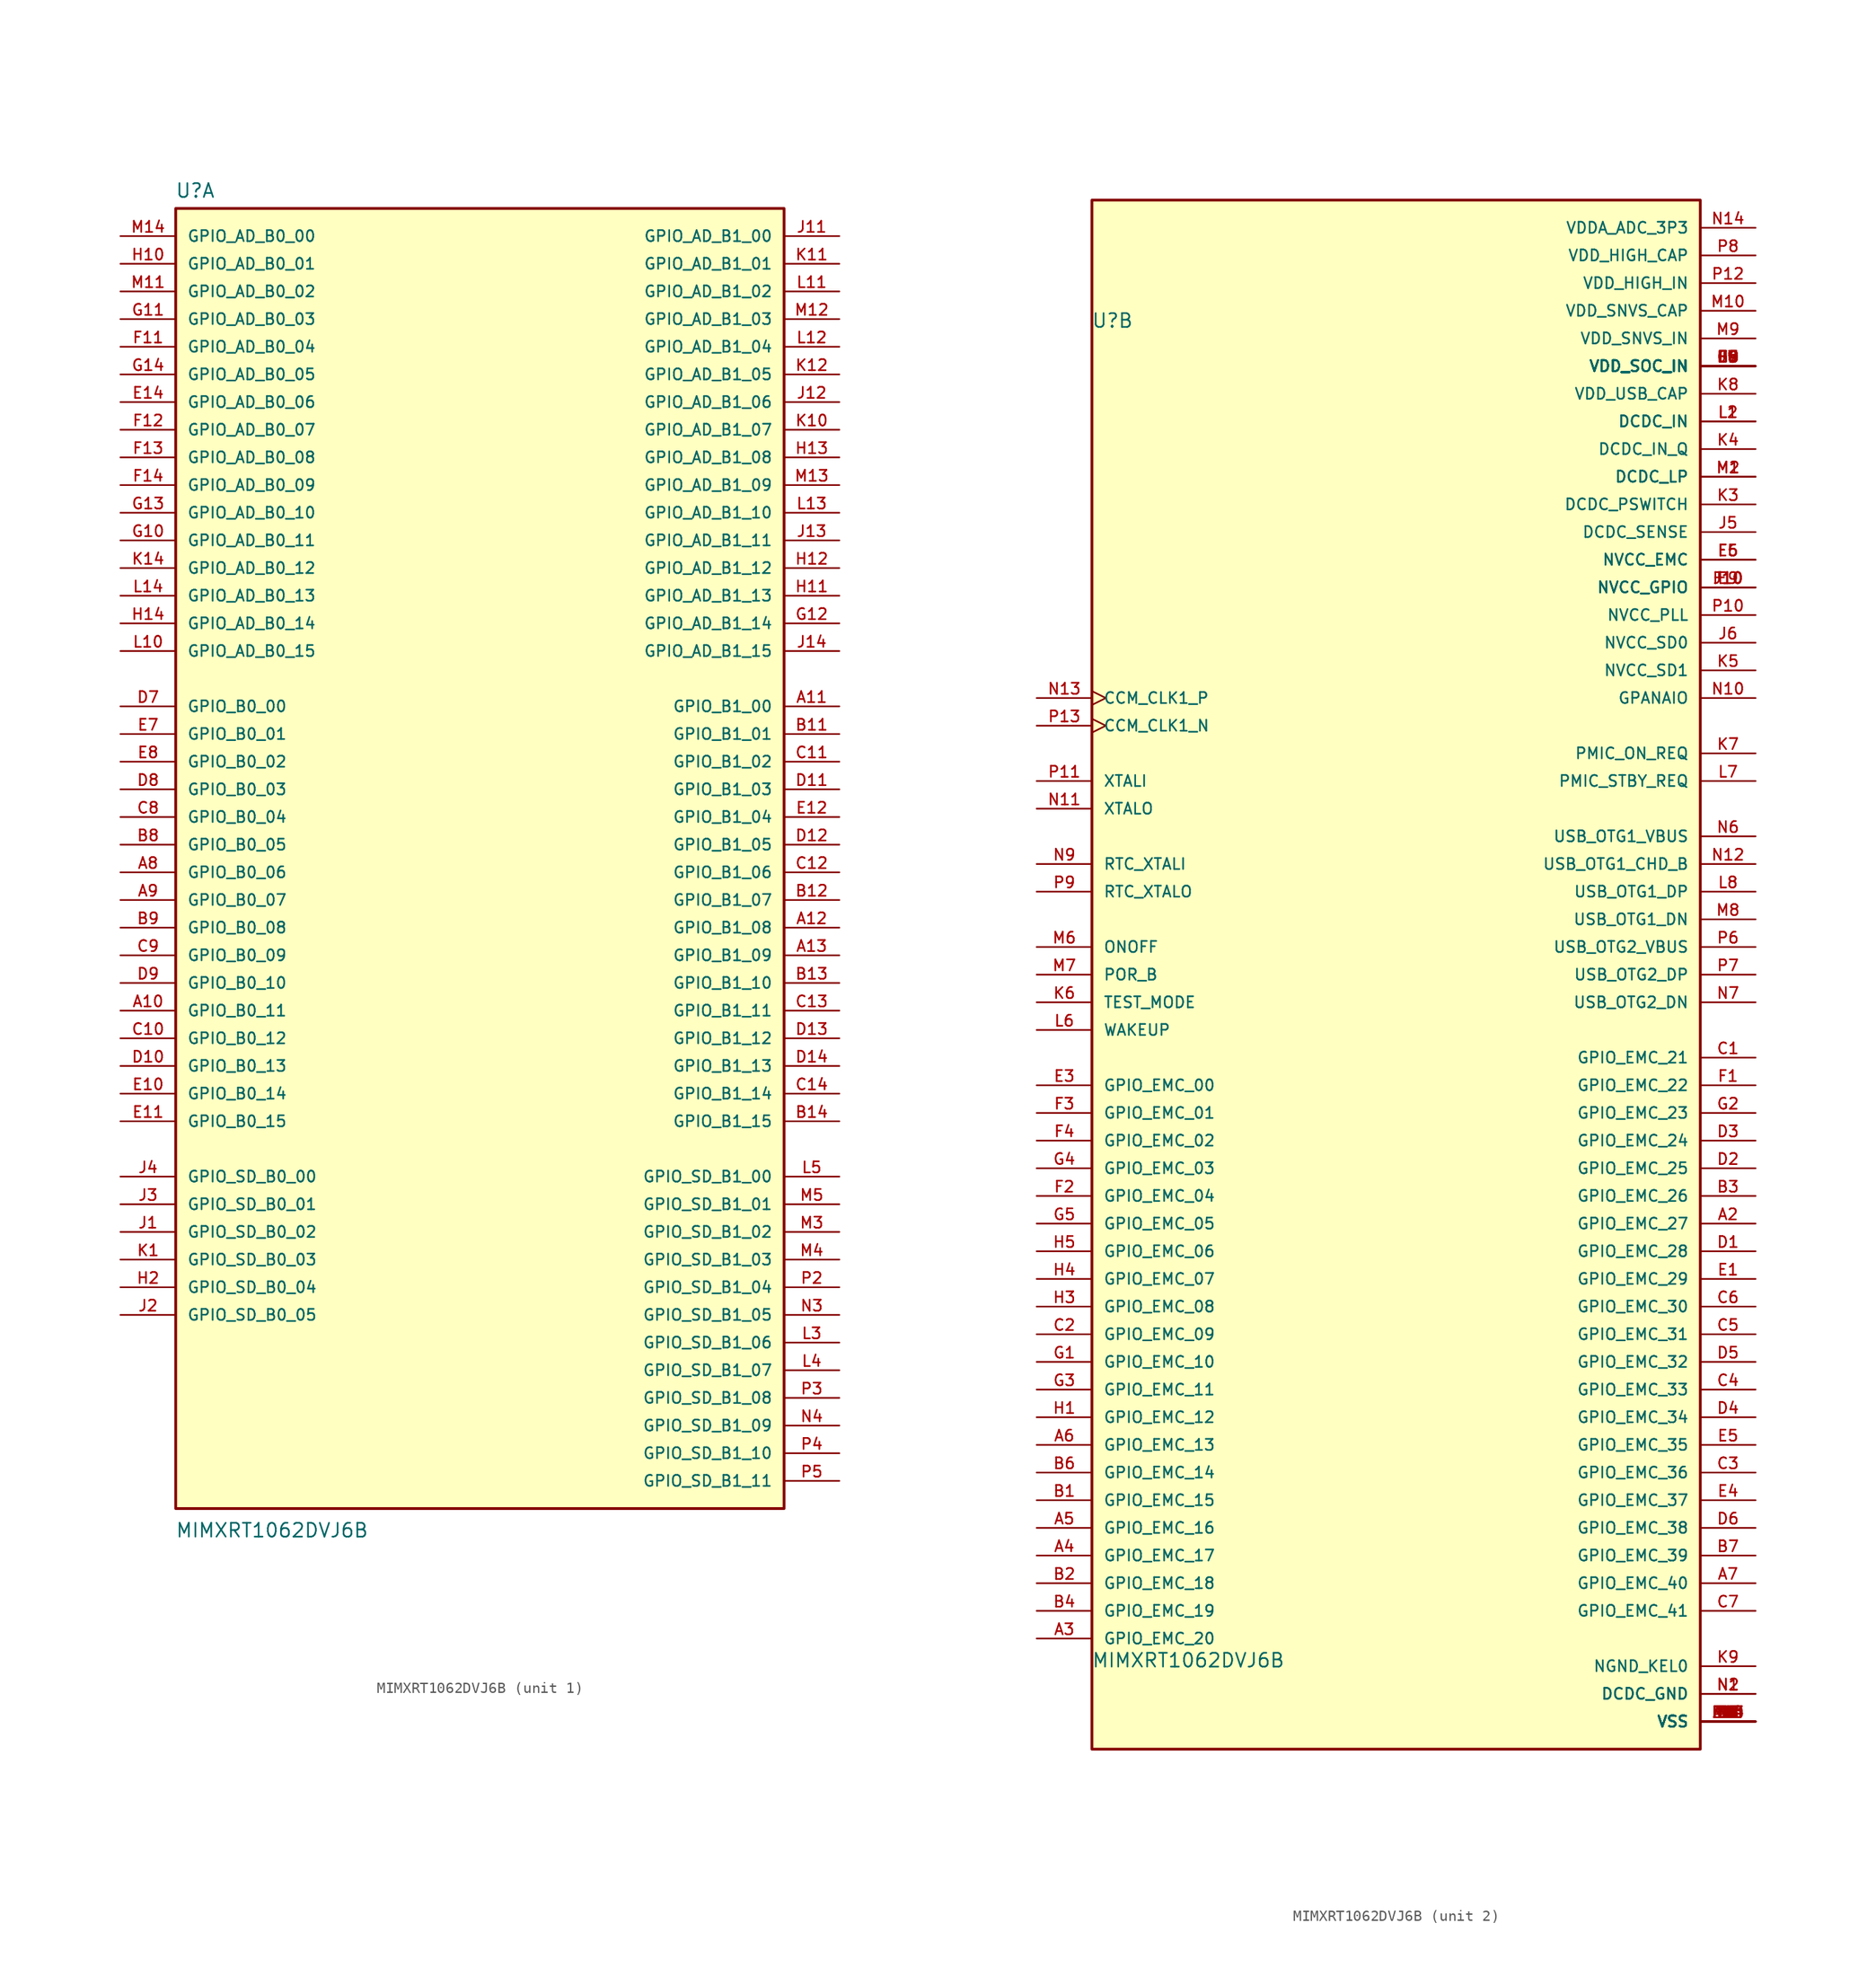
<source format=kicad_sym>
(kicad_symbol_lib
  (version 20241209)
  (generator "kicad_symbol_editor")
  (generator_version "9.0")
  (symbol "MIMXRT1062DVJ6B"
    (pin_names
      (offset 1.016))
    (property "Reference" "U"
      (at -28.001 59.312 0)
      (effects (font (size 1.27 1.27)) (justify left bottom)))
    (property "Value" "MIMXRT1062DVJ6B"
      (at -27.986 -63.702 0)
      (effects (font (size 1.27 1.27)) (justify left bottom)))
    (symbol "MIMXRT1062DVJ6B_1_0"
      (rectangle (start -27.94 -60.96) (end 27.94 58.42) (stroke (width 0.254) (type default)) (fill (type background)))
      (pin bidirectional line (at -33.02 55.88 0) (length 5.08) (name "GPIO_AD_B0_00" (effects (font (size 1.016 1.016)))) (number "M14" (effects (font (size 1.016 1.016)))))
      (pin bidirectional line (at -33.02 53.34 0) (length 5.08) (name "GPIO_AD_B0_01" (effects (font (size 1.016 1.016)))) (number "H10" (effects (font (size 1.016 1.016)))))
      (pin bidirectional line (at -33.02 50.8 0) (length 5.08) (name "GPIO_AD_B0_02" (effects (font (size 1.016 1.016)))) (number "M11" (effects (font (size 1.016 1.016)))))
      (pin bidirectional line (at -33.02 48.26 0) (length 5.08) (name "GPIO_AD_B0_03" (effects (font (size 1.016 1.016)))) (number "G11" (effects (font (size 1.016 1.016)))))
      (pin bidirectional line (at -33.02 45.72 0) (length 5.08) (name "GPIO_AD_B0_04" (effects (font (size 1.016 1.016)))) (number "F11" (effects (font (size 1.016 1.016)))))
      (pin bidirectional line (at -33.02 43.18 0) (length 5.08) (name "GPIO_AD_B0_05" (effects (font (size 1.016 1.016)))) (number "G14" (effects (font (size 1.016 1.016)))))
      (pin bidirectional line (at -33.02 40.64 0) (length 5.08) (name "GPIO_AD_B0_06" (effects (font (size 1.016 1.016)))) (number "E14" (effects (font (size 1.016 1.016)))))
      (pin bidirectional line (at -33.02 38.1 0) (length 5.08) (name "GPIO_AD_B0_07" (effects (font (size 1.016 1.016)))) (number "F12" (effects (font (size 1.016 1.016)))))
      (pin bidirectional line (at -33.02 35.56 0) (length 5.08) (name "GPIO_AD_B0_08" (effects (font (size 1.016 1.016)))) (number "F13" (effects (font (size 1.016 1.016)))))
      (pin bidirectional line (at -33.02 33.02 0) (length 5.08) (name "GPIO_AD_B0_09" (effects (font (size 1.016 1.016)))) (number "F14" (effects (font (size 1.016 1.016)))))
      (pin bidirectional line (at -33.02 30.48 0) (length 5.08) (name "GPIO_AD_B0_10" (effects (font (size 1.016 1.016)))) (number "G13" (effects (font (size 1.016 1.016)))))
      (pin bidirectional line (at -33.02 27.94 0) (length 5.08) (name "GPIO_AD_B0_11" (effects (font (size 1.016 1.016)))) (number "G10" (effects (font (size 1.016 1.016)))))
      (pin bidirectional line (at -33.02 25.4 0) (length 5.08) (name "GPIO_AD_B0_12" (effects (font (size 1.016 1.016)))) (number "K14" (effects (font (size 1.016 1.016)))))
      (pin bidirectional line (at -33.02 22.86 0) (length 5.08) (name "GPIO_AD_B0_13" (effects (font (size 1.016 1.016)))) (number "L14" (effects (font (size 1.016 1.016)))))
      (pin bidirectional line (at -33.02 20.32 0) (length 5.08) (name "GPIO_AD_B0_14" (effects (font (size 1.016 1.016)))) (number "H14" (effects (font (size 1.016 1.016)))))
      (pin bidirectional line (at -33.02 17.78 0) (length 5.08) (name "GPIO_AD_B0_15" (effects (font (size 1.016 1.016)))) (number "L10" (effects (font (size 1.016 1.016)))))
      (pin bidirectional line (at -33.02 12.7 0) (length 5.08) (name "GPIO_B0_00" (effects (font (size 1.016 1.016)))) (number "D7" (effects (font (size 1.016 1.016)))))
      (pin bidirectional line (at -33.02 10.16 0) (length 5.08) (name "GPIO_B0_01" (effects (font (size 1.016 1.016)))) (number "E7" (effects (font (size 1.016 1.016)))))
      (pin bidirectional line (at -33.02 7.62 0) (length 5.08) (name "GPIO_B0_02" (effects (font (size 1.016 1.016)))) (number "E8" (effects (font (size 1.016 1.016)))))
      (pin bidirectional line (at -33.02 5.08 0) (length 5.08) (name "GPIO_B0_03" (effects (font (size 1.016 1.016)))) (number "D8" (effects (font (size 1.016 1.016)))))
      (pin bidirectional line (at -33.02 2.54 0) (length 5.08) (name "GPIO_B0_04" (effects (font (size 1.016 1.016)))) (number "C8" (effects (font (size 1.016 1.016)))))
      (pin bidirectional line (at -33.02 0 0) (length 5.08) (name "GPIO_B0_05" (effects (font (size 1.016 1.016)))) (number "B8" (effects (font (size 1.016 1.016)))))
      (pin bidirectional line (at -33.02 -2.54 0) (length 5.08) (name "GPIO_B0_06" (effects (font (size 1.016 1.016)))) (number "A8" (effects (font (size 1.016 1.016)))))
      (pin bidirectional line (at -33.02 -5.08 0) (length 5.08) (name "GPIO_B0_07" (effects (font (size 1.016 1.016)))) (number "A9" (effects (font (size 1.016 1.016)))))
      (pin bidirectional line (at -33.02 -7.62 0) (length 5.08) (name "GPIO_B0_08" (effects (font (size 1.016 1.016)))) (number "B9" (effects (font (size 1.016 1.016)))))
      (pin bidirectional line (at -33.02 -10.16 0) (length 5.08) (name "GPIO_B0_09" (effects (font (size 1.016 1.016)))) (number "C9" (effects (font (size 1.016 1.016)))))
      (pin bidirectional line (at -33.02 -12.7 0) (length 5.08) (name "GPIO_B0_10" (effects (font (size 1.016 1.016)))) (number "D9" (effects (font (size 1.016 1.016)))))
      (pin bidirectional line (at -33.02 -15.24 0) (length 5.08) (name "GPIO_B0_11" (effects (font (size 1.016 1.016)))) (number "A10" (effects (font (size 1.016 1.016)))))
      (pin bidirectional line (at -33.02 -17.78 0) (length 5.08) (name "GPIO_B0_12" (effects (font (size 1.016 1.016)))) (number "C10" (effects (font (size 1.016 1.016)))))
      (pin bidirectional line (at -33.02 -20.32 0) (length 5.08) (name "GPIO_B0_13" (effects (font (size 1.016 1.016)))) (number "D10" (effects (font (size 1.016 1.016)))))
      (pin bidirectional line (at -33.02 -22.86 0) (length 5.08) (name "GPIO_B0_14" (effects (font (size 1.016 1.016)))) (number "E10" (effects (font (size 1.016 1.016)))))
      (pin bidirectional line (at -33.02 -25.4 0) (length 5.08) (name "GPIO_B0_15" (effects (font (size 1.016 1.016)))) (number "E11" (effects (font (size 1.016 1.016)))))
      (pin bidirectional line (at -33.02 -30.48 0) (length 5.08) (name "GPIO_SD_B0_00" (effects (font (size 1.016 1.016)))) (number "J4" (effects (font (size 1.016 1.016)))))
      (pin bidirectional line (at -33.02 -33.02 0) (length 5.08) (name "GPIO_SD_B0_01" (effects (font (size 1.016 1.016)))) (number "J3" (effects (font (size 1.016 1.016)))))
      (pin bidirectional line (at -33.02 -35.56 0) (length 5.08) (name "GPIO_SD_B0_02" (effects (font (size 1.016 1.016)))) (number "J1" (effects (font (size 1.016 1.016)))))
      (pin bidirectional line (at -33.02 -38.1 0) (length 5.08) (name "GPIO_SD_B0_03" (effects (font (size 1.016 1.016)))) (number "K1" (effects (font (size 1.016 1.016)))))
      (pin bidirectional line (at -33.02 -40.64 0) (length 5.08) (name "GPIO_SD_B0_04" (effects (font (size 1.016 1.016)))) (number "H2" (effects (font (size 1.016 1.016)))))
      (pin bidirectional line (at -33.02 -43.18 0) (length 5.08) (name "GPIO_SD_B0_05" (effects (font (size 1.016 1.016)))) (number "J2" (effects (font (size 1.016 1.016)))))
      (pin bidirectional line (at 33.02 55.88 180) (length 5.08) (name "GPIO_AD_B1_00" (effects (font (size 1.016 1.016)))) (number "J11" (effects (font (size 1.016 1.016)))))
      (pin bidirectional line (at 33.02 53.34 180) (length 5.08) (name "GPIO_AD_B1_01" (effects (font (size 1.016 1.016)))) (number "K11" (effects (font (size 1.016 1.016)))))
      (pin bidirectional line (at 33.02 50.8 180) (length 5.08) (name "GPIO_AD_B1_02" (effects (font (size 1.016 1.016)))) (number "L11" (effects (font (size 1.016 1.016)))))
      (pin bidirectional line (at 33.02 48.26 180) (length 5.08) (name "GPIO_AD_B1_03" (effects (font (size 1.016 1.016)))) (number "M12" (effects (font (size 1.016 1.016)))))
      (pin bidirectional line (at 33.02 45.72 180) (length 5.08) (name "GPIO_AD_B1_04" (effects (font (size 1.016 1.016)))) (number "L12" (effects (font (size 1.016 1.016)))))
      (pin bidirectional line (at 33.02 43.18 180) (length 5.08) (name "GPIO_AD_B1_05" (effects (font (size 1.016 1.016)))) (number "K12" (effects (font (size 1.016 1.016)))))
      (pin bidirectional line (at 33.02 40.64 180) (length 5.08) (name "GPIO_AD_B1_06" (effects (font (size 1.016 1.016)))) (number "J12" (effects (font (size 1.016 1.016)))))
      (pin bidirectional line (at 33.02 38.1 180) (length 5.08) (name "GPIO_AD_B1_07" (effects (font (size 1.016 1.016)))) (number "K10" (effects (font (size 1.016 1.016)))))
      (pin bidirectional line (at 33.02 35.56 180) (length 5.08) (name "GPIO_AD_B1_08" (effects (font (size 1.016 1.016)))) (number "H13" (effects (font (size 1.016 1.016)))))
      (pin bidirectional line (at 33.02 33.02 180) (length 5.08) (name "GPIO_AD_B1_09" (effects (font (size 1.016 1.016)))) (number "M13" (effects (font (size 1.016 1.016)))))
      (pin bidirectional line (at 33.02 30.48 180) (length 5.08) (name "GPIO_AD_B1_10" (effects (font (size 1.016 1.016)))) (number "L13" (effects (font (size 1.016 1.016)))))
      (pin bidirectional line (at 33.02 27.94 180) (length 5.08) (name "GPIO_AD_B1_11" (effects (font (size 1.016 1.016)))) (number "J13" (effects (font (size 1.016 1.016)))))
      (pin bidirectional line (at 33.02 25.4 180) (length 5.08) (name "GPIO_AD_B1_12" (effects (font (size 1.016 1.016)))) (number "H12" (effects (font (size 1.016 1.016)))))
      (pin bidirectional line (at 33.02 22.86 180) (length 5.08) (name "GPIO_AD_B1_13" (effects (font (size 1.016 1.016)))) (number "H11" (effects (font (size 1.016 1.016)))))
      (pin bidirectional line (at 33.02 20.32 180) (length 5.08) (name "GPIO_AD_B1_14" (effects (font (size 1.016 1.016)))) (number "G12" (effects (font (size 1.016 1.016)))))
      (pin bidirectional line (at 33.02 17.78 180) (length 5.08) (name "GPIO_AD_B1_15" (effects (font (size 1.016 1.016)))) (number "J14" (effects (font (size 1.016 1.016)))))
      (pin bidirectional line (at 33.02 12.7 180) (length 5.08) (name "GPIO_B1_00" (effects (font (size 1.016 1.016)))) (number "A11" (effects (font (size 1.016 1.016)))))
      (pin bidirectional line (at 33.02 10.16 180) (length 5.08) (name "GPIO_B1_01" (effects (font (size 1.016 1.016)))) (number "B11" (effects (font (size 1.016 1.016)))))
      (pin bidirectional line (at 33.02 7.62 180) (length 5.08) (name "GPIO_B1_02" (effects (font (size 1.016 1.016)))) (number "C11" (effects (font (size 1.016 1.016)))))
      (pin bidirectional line (at 33.02 5.08 180) (length 5.08) (name "GPIO_B1_03" (effects (font (size 1.016 1.016)))) (number "D11" (effects (font (size 1.016 1.016)))))
      (pin bidirectional line (at 33.02 2.54 180) (length 5.08) (name "GPIO_B1_04" (effects (font (size 1.016 1.016)))) (number "E12" (effects (font (size 1.016 1.016)))))
      (pin bidirectional line (at 33.02 0 180) (length 5.08) (name "GPIO_B1_05" (effects (font (size 1.016 1.016)))) (number "D12" (effects (font (size 1.016 1.016)))))
      (pin bidirectional line (at 33.02 -2.54 180) (length 5.08) (name "GPIO_B1_06" (effects (font (size 1.016 1.016)))) (number "C12" (effects (font (size 1.016 1.016)))))
      (pin bidirectional line (at 33.02 -5.08 180) (length 5.08) (name "GPIO_B1_07" (effects (font (size 1.016 1.016)))) (number "B12" (effects (font (size 1.016 1.016)))))
      (pin bidirectional line (at 33.02 -7.62 180) (length 5.08) (name "GPIO_B1_08" (effects (font (size 1.016 1.016)))) (number "A12" (effects (font (size 1.016 1.016)))))
      (pin bidirectional line (at 33.02 -10.16 180) (length 5.08) (name "GPIO_B1_09" (effects (font (size 1.016 1.016)))) (number "A13" (effects (font (size 1.016 1.016)))))
      (pin bidirectional line (at 33.02 -12.7 180) (length 5.08) (name "GPIO_B1_10" (effects (font (size 1.016 1.016)))) (number "B13" (effects (font (size 1.016 1.016)))))
      (pin bidirectional line (at 33.02 -15.24 180) (length 5.08) (name "GPIO_B1_11" (effects (font (size 1.016 1.016)))) (number "C13" (effects (font (size 1.016 1.016)))))
      (pin bidirectional line (at 33.02 -17.78 180) (length 5.08) (name "GPIO_B1_12" (effects (font (size 1.016 1.016)))) (number "D13" (effects (font (size 1.016 1.016)))))
      (pin bidirectional line (at 33.02 -20.32 180) (length 5.08) (name "GPIO_B1_13" (effects (font (size 1.016 1.016)))) (number "D14" (effects (font (size 1.016 1.016)))))
      (pin bidirectional line (at 33.02 -22.86 180) (length 5.08) (name "GPIO_B1_14" (effects (font (size 1.016 1.016)))) (number "C14" (effects (font (size 1.016 1.016)))))
      (pin bidirectional line (at 33.02 -25.4 180) (length 5.08) (name "GPIO_B1_15" (effects (font (size 1.016 1.016)))) (number "B14" (effects (font (size 1.016 1.016)))))
      (pin bidirectional line (at 33.02 -30.48 180) (length 5.08) (name "GPIO_SD_B1_00" (effects (font (size 1.016 1.016)))) (number "L5" (effects (font (size 1.016 1.016)))))
      (pin bidirectional line (at 33.02 -33.02 180) (length 5.08) (name "GPIO_SD_B1_01" (effects (font (size 1.016 1.016)))) (number "M5" (effects (font (size 1.016 1.016)))))
      (pin bidirectional line (at 33.02 -35.56 180) (length 5.08) (name "GPIO_SD_B1_02" (effects (font (size 1.016 1.016)))) (number "M3" (effects (font (size 1.016 1.016)))))
      (pin bidirectional line (at 33.02 -38.1 180) (length 5.08) (name "GPIO_SD_B1_03" (effects (font (size 1.016 1.016)))) (number "M4" (effects (font (size 1.016 1.016)))))
      (pin bidirectional line (at 33.02 -40.64 180) (length 5.08) (name "GPIO_SD_B1_04" (effects (font (size 1.016 1.016)))) (number "P2" (effects (font (size 1.016 1.016)))))
      (pin bidirectional line (at 33.02 -43.18 180) (length 5.08) (name "GPIO_SD_B1_05" (effects (font (size 1.016 1.016)))) (number "N3" (effects (font (size 1.016 1.016)))))
      (pin bidirectional line (at 33.02 -45.72 180) (length 5.08) (name "GPIO_SD_B1_06" (effects (font (size 1.016 1.016)))) (number "L3" (effects (font (size 1.016 1.016)))))
      (pin bidirectional line (at 33.02 -48.26 180) (length 5.08) (name "GPIO_SD_B1_07" (effects (font (size 1.016 1.016)))) (number "L4" (effects (font (size 1.016 1.016)))))
      (pin bidirectional line (at 33.02 -50.8 180) (length 5.08) (name "GPIO_SD_B1_08" (effects (font (size 1.016 1.016)))) (number "P3" (effects (font (size 1.016 1.016)))))
      (pin bidirectional line (at 33.02 -53.34 180) (length 5.08) (name "GPIO_SD_B1_09" (effects (font (size 1.016 1.016)))) (number "N4" (effects (font (size 1.016 1.016)))))
      (pin bidirectional line (at 33.02 -55.88 180) (length 5.08) (name "GPIO_SD_B1_10" (effects (font (size 1.016 1.016)))) (number "P4" (effects (font (size 1.016 1.016)))))
      (pin bidirectional line (at 33.02 -58.42 180) (length 5.08) (name "GPIO_SD_B1_11" (effects (font (size 1.016 1.016)))) (number "P5" (effects (font (size 1.016 1.016))))))
    (symbol "MIMXRT1062DVJ6B_2_0"
      (rectangle (start -27.94 -71.12) (end 27.94 71.12) (stroke (width 0.254) (type default)) (fill (type background)))
      (pin input clock (at -33.02 25.4 0) (length 5.08) (name "CCM_CLK1_P" (effects (font (size 1.016 1.016)))) (number "N13" (effects (font (size 1.016 1.016)))))
      (pin input clock (at -33.02 22.86 0) (length 5.08) (name "CCM_CLK1_N" (effects (font (size 1.016 1.016)))) (number "P13" (effects (font (size 1.016 1.016)))))
      (pin input line (at -33.02 17.78 0) (length 5.08) (name "XTALI" (effects (font (size 1.016 1.016)))) (number "P11" (effects (font (size 1.016 1.016)))))
      (pin output line (at -33.02 15.24 0) (length 5.08) (name "XTALO" (effects (font (size 1.016 1.016)))) (number "N11" (effects (font (size 1.016 1.016)))))
      (pin input line (at -33.02 10.16 0) (length 5.08) (name "RTC_XTALI" (effects (font (size 1.016 1.016)))) (number "N9" (effects (font (size 1.016 1.016)))))
      (pin output line (at -33.02 7.62 0) (length 5.08) (name "RTC_XTALO" (effects (font (size 1.016 1.016)))) (number "P9" (effects (font (size 1.016 1.016)))))
      (pin bidirectional line (at -33.02 2.54 0) (length 5.08) (name "ONOFF" (effects (font (size 1.016 1.016)))) (number "M6" (effects (font (size 1.016 1.016)))))
      (pin bidirectional line (at -33.02 0 0) (length 5.08) (name "POR_B" (effects (font (size 1.016 1.016)))) (number "M7" (effects (font (size 1.016 1.016)))))
      (pin bidirectional line (at -33.02 -2.54 0) (length 5.08) (name "TEST_MODE" (effects (font (size 1.016 1.016)))) (number "K6" (effects (font (size 1.016 1.016)))))
      (pin bidirectional line (at -33.02 -5.08 0) (length 5.08) (name "WAKEUP" (effects (font (size 1.016 1.016)))) (number "L6" (effects (font (size 1.016 1.016)))))
      (pin bidirectional line (at -33.02 -10.16 0) (length 5.08) (name "GPIO_EMC_00" (effects (font (size 1.016 1.016)))) (number "E3" (effects (font (size 1.016 1.016)))))
      (pin bidirectional line (at -33.02 -12.7 0) (length 5.08) (name "GPIO_EMC_01" (effects (font (size 1.016 1.016)))) (number "F3" (effects (font (size 1.016 1.016)))))
      (pin bidirectional line (at -33.02 -15.24 0) (length 5.08) (name "GPIO_EMC_02" (effects (font (size 1.016 1.016)))) (number "F4" (effects (font (size 1.016 1.016)))))
      (pin bidirectional line (at -33.02 -17.78 0) (length 5.08) (name "GPIO_EMC_03" (effects (font (size 1.016 1.016)))) (number "G4" (effects (font (size 1.016 1.016)))))
      (pin bidirectional line (at -33.02 -20.32 0) (length 5.08) (name "GPIO_EMC_04" (effects (font (size 1.016 1.016)))) (number "F2" (effects (font (size 1.016 1.016)))))
      (pin bidirectional line (at -33.02 -22.86 0) (length 5.08) (name "GPIO_EMC_05" (effects (font (size 1.016 1.016)))) (number "G5" (effects (font (size 1.016 1.016)))))
      (pin bidirectional line (at -33.02 -25.4 0) (length 5.08) (name "GPIO_EMC_06" (effects (font (size 1.016 1.016)))) (number "H5" (effects (font (size 1.016 1.016)))))
      (pin bidirectional line (at -33.02 -27.94 0) (length 5.08) (name "GPIO_EMC_07" (effects (font (size 1.016 1.016)))) (number "H4" (effects (font (size 1.016 1.016)))))
      (pin bidirectional line (at -33.02 -30.48 0) (length 5.08) (name "GPIO_EMC_08" (effects (font (size 1.016 1.016)))) (number "H3" (effects (font (size 1.016 1.016)))))
      (pin bidirectional line (at -33.02 -33.02 0) (length 5.08) (name "GPIO_EMC_09" (effects (font (size 1.016 1.016)))) (number "C2" (effects (font (size 1.016 1.016)))))
      (pin bidirectional line (at -33.02 -35.56 0) (length 5.08) (name "GPIO_EMC_10" (effects (font (size 1.016 1.016)))) (number "G1" (effects (font (size 1.016 1.016)))))
      (pin bidirectional line (at -33.02 -38.1 0) (length 5.08) (name "GPIO_EMC_11" (effects (font (size 1.016 1.016)))) (number "G3" (effects (font (size 1.016 1.016)))))
      (pin bidirectional line (at -33.02 -40.64 0) (length 5.08) (name "GPIO_EMC_12" (effects (font (size 1.016 1.016)))) (number "H1" (effects (font (size 1.016 1.016)))))
      (pin bidirectional line (at -33.02 -43.18 0) (length 5.08) (name "GPIO_EMC_13" (effects (font (size 1.016 1.016)))) (number "A6" (effects (font (size 1.016 1.016)))))
      (pin bidirectional line (at -33.02 -45.72 0) (length 5.08) (name "GPIO_EMC_14" (effects (font (size 1.016 1.016)))) (number "B6" (effects (font (size 1.016 1.016)))))
      (pin bidirectional line (at -33.02 -48.26 0) (length 5.08) (name "GPIO_EMC_15" (effects (font (size 1.016 1.016)))) (number "B1" (effects (font (size 1.016 1.016)))))
      (pin bidirectional line (at -33.02 -50.8 0) (length 5.08) (name "GPIO_EMC_16" (effects (font (size 1.016 1.016)))) (number "A5" (effects (font (size 1.016 1.016)))))
      (pin bidirectional line (at -33.02 -53.34 0) (length 5.08) (name "GPIO_EMC_17" (effects (font (size 1.016 1.016)))) (number "A4" (effects (font (size 1.016 1.016)))))
      (pin bidirectional line (at -33.02 -55.88 0) (length 5.08) (name "GPIO_EMC_18" (effects (font (size 1.016 1.016)))) (number "B2" (effects (font (size 1.016 1.016)))))
      (pin bidirectional line (at -33.02 -58.42 0) (length 5.08) (name "GPIO_EMC_19" (effects (font (size 1.016 1.016)))) (number "B4" (effects (font (size 1.016 1.016)))))
      (pin bidirectional line (at -33.02 -60.96 0) (length 5.08) (name "GPIO_EMC_20" (effects (font (size 1.016 1.016)))) (number "A3" (effects (font (size 1.016 1.016)))))
      (pin power_in line (at 33.02 68.58 180) (length 5.08) (name "VDDA_ADC_3P3" (effects (font (size 1.016 1.016)))) (number "N14" (effects (font (size 1.016 1.016)))))
      (pin power_in line (at 33.02 66.04 180) (length 5.08) (name "VDD_HIGH_CAP" (effects (font (size 1.016 1.016)))) (number "P8" (effects (font (size 1.016 1.016)))))
      (pin power_in line (at 33.02 63.5 180) (length 5.08) (name "VDD_HIGH_IN" (effects (font (size 1.016 1.016)))) (number "P12" (effects (font (size 1.016 1.016)))))
      (pin power_in line (at 33.02 60.96 180) (length 5.08) (name "VDD_SNVS_CAP" (effects (font (size 1.016 1.016)))) (number "M10" (effects (font (size 1.016 1.016)))))
      (pin power_in line (at 33.02 58.42 180) (length 5.08) (name "VDD_SNVS_IN" (effects (font (size 1.016 1.016)))) (number "M9" (effects (font (size 1.016 1.016)))))
      (pin power_in line (at 33.02 55.88 180) (length 5.08) (name "VDD_SOC_IN" (effects (font (size 1.016 1.016)))) (number "F6" (effects (font (size 1.016 1.016)))))
      (pin power_in line (at 33.02 55.88 180) (length 5.08) (name "VDD_SOC_IN" (effects (font (size 1.016 1.016)))) (number "F7" (effects (font (size 1.016 1.016)))))
      (pin power_in line (at 33.02 55.88 180) (length 5.08) (name "VDD_SOC_IN" (effects (font (size 1.016 1.016)))) (number "F8" (effects (font (size 1.016 1.016)))))
      (pin power_in line (at 33.02 55.88 180) (length 5.08) (name "VDD_SOC_IN" (effects (font (size 1.016 1.016)))) (number "F9" (effects (font (size 1.016 1.016)))))
      (pin power_in line (at 33.02 55.88 180) (length 5.08) (name "VDD_SOC_IN" (effects (font (size 1.016 1.016)))) (number "G6" (effects (font (size 1.016 1.016)))))
      (pin power_in line (at 33.02 55.88 180) (length 5.08) (name "VDD_SOC_IN" (effects (font (size 1.016 1.016)))) (number "G9" (effects (font (size 1.016 1.016)))))
      (pin power_in line (at 33.02 55.88 180) (length 5.08) (name "VDD_SOC_IN" (effects (font (size 1.016 1.016)))) (number "H6" (effects (font (size 1.016 1.016)))))
      (pin power_in line (at 33.02 55.88 180) (length 5.08) (name "VDD_SOC_IN" (effects (font (size 1.016 1.016)))) (number "H9" (effects (font (size 1.016 1.016)))))
      (pin power_in line (at 33.02 55.88 180) (length 5.08) (name "VDD_SOC_IN" (effects (font (size 1.016 1.016)))) (number "J9" (effects (font (size 1.016 1.016)))))
      (pin power_in line (at 33.02 53.34 180) (length 5.08) (name "VDD_USB_CAP" (effects (font (size 1.016 1.016)))) (number "K8" (effects (font (size 1.016 1.016)))))
      (pin power_in line (at 33.02 50.8 180) (length 5.08) (name "DCDC_IN" (effects (font (size 1.016 1.016)))) (number "L1" (effects (font (size 1.016 1.016)))))
      (pin power_in line (at 33.02 50.8 180) (length 5.08) (name "DCDC_IN" (effects (font (size 1.016 1.016)))) (number "L2" (effects (font (size 1.016 1.016)))))
      (pin power_in line (at 33.02 48.26 180) (length 5.08) (name "DCDC_IN_Q" (effects (font (size 1.016 1.016)))) (number "K4" (effects (font (size 1.016 1.016)))))
      (pin power_in line (at 33.02 45.72 180) (length 5.08) (name "DCDC_LP" (effects (font (size 1.016 1.016)))) (number "M1" (effects (font (size 1.016 1.016)))))
      (pin power_in line (at 33.02 45.72 180) (length 5.08) (name "DCDC_LP" (effects (font (size 1.016 1.016)))) (number "M2" (effects (font (size 1.016 1.016)))))
      (pin power_in line (at 33.02 43.18 180) (length 5.08) (name "DCDC_PSWITCH" (effects (font (size 1.016 1.016)))) (number "K3" (effects (font (size 1.016 1.016)))))
      (pin power_in line (at 33.02 40.64 180) (length 5.08) (name "DCDC_SENSE" (effects (font (size 1.016 1.016)))) (number "J5" (effects (font (size 1.016 1.016)))))
      (pin power_in line (at 33.02 38.1 180) (length 5.08) (name "NVCC_EMC" (effects (font (size 1.016 1.016)))) (number "E6" (effects (font (size 1.016 1.016)))))
      (pin power_in line (at 33.02 38.1 180) (length 5.08) (name "NVCC_EMC" (effects (font (size 1.016 1.016)))) (number "F5" (effects (font (size 1.016 1.016)))))
      (pin power_in line (at 33.02 35.56 180) (length 5.08) (name "NVCC_GPIO" (effects (font (size 1.016 1.016)))) (number "E9" (effects (font (size 1.016 1.016)))))
      (pin power_in line (at 33.02 35.56 180) (length 5.08) (name "NVCC_GPIO" (effects (font (size 1.016 1.016)))) (number "F10" (effects (font (size 1.016 1.016)))))
      (pin power_in line (at 33.02 35.56 180) (length 5.08) (name "NVCC_GPIO" (effects (font (size 1.016 1.016)))) (number "J10" (effects (font (size 1.016 1.016)))))
      (pin power_in line (at 33.02 33.02 180) (length 5.08) (name "NVCC_PLL" (effects (font (size 1.016 1.016)))) (number "P10" (effects (font (size 1.016 1.016)))))
      (pin power_in line (at 33.02 30.48 180) (length 5.08) (name "NVCC_SD0" (effects (font (size 1.016 1.016)))) (number "J6" (effects (font (size 1.016 1.016)))))
      (pin power_in line (at 33.02 27.94 180) (length 5.08) (name "NVCC_SD1" (effects (font (size 1.016 1.016)))) (number "K5" (effects (font (size 1.016 1.016)))))
      (pin power_in line (at 33.02 25.4 180) (length 5.08) (name "GPANAIO" (effects (font (size 1.016 1.016)))) (number "N10" (effects (font (size 1.016 1.016)))))
      (pin bidirectional line (at 33.02 20.32 180) (length 5.08) (name "PMIC_ON_REQ" (effects (font (size 1.016 1.016)))) (number "K7" (effects (font (size 1.016 1.016)))))
      (pin bidirectional line (at 33.02 17.78 180) (length 5.08) (name "PMIC_STBY_REQ" (effects (font (size 1.016 1.016)))) (number "L7" (effects (font (size 1.016 1.016)))))
      (pin bidirectional line (at 33.02 12.7 180) (length 5.08) (name "USB_OTG1_VBUS" (effects (font (size 1.016 1.016)))) (number "N6" (effects (font (size 1.016 1.016)))))
      (pin bidirectional line (at 33.02 10.16 180) (length 5.08) (name "USB_OTG1_CHD_B" (effects (font (size 1.016 1.016)))) (number "N12" (effects (font (size 1.016 1.016)))))
      (pin bidirectional line (at 33.02 7.62 180) (length 5.08) (name "USB_OTG1_DP" (effects (font (size 1.016 1.016)))) (number "L8" (effects (font (size 1.016 1.016)))))
      (pin bidirectional line (at 33.02 5.08 180) (length 5.08) (name "USB_OTG1_DN" (effects (font (size 1.016 1.016)))) (number "M8" (effects (font (size 1.016 1.016)))))
      (pin bidirectional line (at 33.02 2.54 180) (length 5.08) (name "USB_OTG2_VBUS" (effects (font (size 1.016 1.016)))) (number "P6" (effects (font (size 1.016 1.016)))))
      (pin bidirectional line (at 33.02 0 180) (length 5.08) (name "USB_OTG2_DP" (effects (font (size 1.016 1.016)))) (number "P7" (effects (font (size 1.016 1.016)))))
      (pin bidirectional line (at 33.02 -2.54 180) (length 5.08) (name "USB_OTG2_DN" (effects (font (size 1.016 1.016)))) (number "N7" (effects (font (size 1.016 1.016)))))
      (pin bidirectional line (at 33.02 -7.62 180) (length 5.08) (name "GPIO_EMC_21" (effects (font (size 1.016 1.016)))) (number "C1" (effects (font (size 1.016 1.016)))))
      (pin bidirectional line (at 33.02 -10.16 180) (length 5.08) (name "GPIO_EMC_22" (effects (font (size 1.016 1.016)))) (number "F1" (effects (font (size 1.016 1.016)))))
      (pin bidirectional line (at 33.02 -12.7 180) (length 5.08) (name "GPIO_EMC_23" (effects (font (size 1.016 1.016)))) (number "G2" (effects (font (size 1.016 1.016)))))
      (pin bidirectional line (at 33.02 -15.24 180) (length 5.08) (name "GPIO_EMC_24" (effects (font (size 1.016 1.016)))) (number "D3" (effects (font (size 1.016 1.016)))))
      (pin bidirectional line (at 33.02 -17.78 180) (length 5.08) (name "GPIO_EMC_25" (effects (font (size 1.016 1.016)))) (number "D2" (effects (font (size 1.016 1.016)))))
      (pin bidirectional line (at 33.02 -20.32 180) (length 5.08) (name "GPIO_EMC_26" (effects (font (size 1.016 1.016)))) (number "B3" (effects (font (size 1.016 1.016)))))
      (pin bidirectional line (at 33.02 -22.86 180) (length 5.08) (name "GPIO_EMC_27" (effects (font (size 1.016 1.016)))) (number "A2" (effects (font (size 1.016 1.016)))))
      (pin bidirectional line (at 33.02 -25.4 180) (length 5.08) (name "GPIO_EMC_28" (effects (font (size 1.016 1.016)))) (number "D1" (effects (font (size 1.016 1.016)))))
      (pin bidirectional line (at 33.02 -27.94 180) (length 5.08) (name "GPIO_EMC_29" (effects (font (size 1.016 1.016)))) (number "E1" (effects (font (size 1.016 1.016)))))
      (pin bidirectional line (at 33.02 -30.48 180) (length 5.08) (name "GPIO_EMC_30" (effects (font (size 1.016 1.016)))) (number "C6" (effects (font (size 1.016 1.016)))))
      (pin bidirectional line (at 33.02 -33.02 180) (length 5.08) (name "GPIO_EMC_31" (effects (font (size 1.016 1.016)))) (number "C5" (effects (font (size 1.016 1.016)))))
      (pin bidirectional line (at 33.02 -35.56 180) (length 5.08) (name "GPIO_EMC_32" (effects (font (size 1.016 1.016)))) (number "D5" (effects (font (size 1.016 1.016)))))
      (pin bidirectional line (at 33.02 -38.1 180) (length 5.08) (name "GPIO_EMC_33" (effects (font (size 1.016 1.016)))) (number "C4" (effects (font (size 1.016 1.016)))))
      (pin bidirectional line (at 33.02 -40.64 180) (length 5.08) (name "GPIO_EMC_34" (effects (font (size 1.016 1.016)))) (number "D4" (effects (font (size 1.016 1.016)))))
      (pin bidirectional line (at 33.02 -43.18 180) (length 5.08) (name "GPIO_EMC_35" (effects (font (size 1.016 1.016)))) (number "E5" (effects (font (size 1.016 1.016)))))
      (pin bidirectional line (at 33.02 -45.72 180) (length 5.08) (name "GPIO_EMC_36" (effects (font (size 1.016 1.016)))) (number "C3" (effects (font (size 1.016 1.016)))))
      (pin bidirectional line (at 33.02 -48.26 180) (length 5.08) (name "GPIO_EMC_37" (effects (font (size 1.016 1.016)))) (number "E4" (effects (font (size 1.016 1.016)))))
      (pin bidirectional line (at 33.02 -50.8 180) (length 5.08) (name "GPIO_EMC_38" (effects (font (size 1.016 1.016)))) (number "D6" (effects (font (size 1.016 1.016)))))
      (pin bidirectional line (at 33.02 -53.34 180) (length 5.08) (name "GPIO_EMC_39" (effects (font (size 1.016 1.016)))) (number "B7" (effects (font (size 1.016 1.016)))))
      (pin bidirectional line (at 33.02 -55.88 180) (length 5.08) (name "GPIO_EMC_40" (effects (font (size 1.016 1.016)))) (number "A7" (effects (font (size 1.016 1.016)))))
      (pin bidirectional line (at 33.02 -58.42 180) (length 5.08) (name "GPIO_EMC_41" (effects (font (size 1.016 1.016)))) (number "C7" (effects (font (size 1.016 1.016)))))
      (pin power_in line (at 33.02 -63.5 180) (length 5.08) (name "NGND_KEL0" (effects (font (size 1.016 1.016)))) (number "K9" (effects (font (size 1.016 1.016)))))
      (pin power_in line (at 33.02 -66.04 180) (length 5.08) (name "DCDC_GND" (effects (font (size 1.016 1.016)))) (number "N1" (effects (font (size 1.016 1.016)))))
      (pin power_in line (at 33.02 -66.04 180) (length 5.08) (name "DCDC_GND" (effects (font (size 1.016 1.016)))) (number "N2" (effects (font (size 1.016 1.016)))))
      (pin power_in line (at 33.02 -68.58 180) (length 5.08) (name "VSS" (effects (font (size 1.016 1.016)))) (number "A1" (effects (font (size 1.016 1.016)))))
      (pin power_in line (at 33.02 -68.58 180) (length 5.08) (name "VSS" (effects (font (size 1.016 1.016)))) (number "A14" (effects (font (size 1.016 1.016)))))
      (pin power_in line (at 33.02 -68.58 180) (length 5.08) (name "VSS" (effects (font (size 1.016 1.016)))) (number "B10" (effects (font (size 1.016 1.016)))))
      (pin power_in line (at 33.02 -68.58 180) (length 5.08) (name "VSS" (effects (font (size 1.016 1.016)))) (number "B5" (effects (font (size 1.016 1.016)))))
      (pin power_in line (at 33.02 -68.58 180) (length 5.08) (name "VSS" (effects (font (size 1.016 1.016)))) (number "E13" (effects (font (size 1.016 1.016)))))
      (pin power_in line (at 33.02 -68.58 180) (length 5.08) (name "VSS" (effects (font (size 1.016 1.016)))) (number "E2" (effects (font (size 1.016 1.016)))))
      (pin power_in line (at 33.02 -68.58 180) (length 5.08) (name "VSS" (effects (font (size 1.016 1.016)))) (number "G7" (effects (font (size 1.016 1.016)))))
      (pin power_in line (at 33.02 -68.58 180) (length 5.08) (name "VSS" (effects (font (size 1.016 1.016)))) (number "G8" (effects (font (size 1.016 1.016)))))
      (pin power_in line (at 33.02 -68.58 180) (length 5.08) (name "VSS" (effects (font (size 1.016 1.016)))) (number "H7" (effects (font (size 1.016 1.016)))))
      (pin power_in line (at 33.02 -68.58 180) (length 5.08) (name "VSS" (effects (font (size 1.016 1.016)))) (number "H8" (effects (font (size 1.016 1.016)))))
      (pin power_in line (at 33.02 -68.58 180) (length 5.08) (name "VSS" (effects (font (size 1.016 1.016)))) (number "J7" (effects (font (size 1.016 1.016)))))
      (pin power_in line (at 33.02 -68.58 180) (length 5.08) (name "VSS" (effects (font (size 1.016 1.016)))) (number "J8" (effects (font (size 1.016 1.016)))))
      (pin power_in line (at 33.02 -68.58 180) (length 5.08) (name "VSS" (effects (font (size 1.016 1.016)))) (number "K13" (effects (font (size 1.016 1.016)))))
      (pin power_in line (at 33.02 -68.58 180) (length 5.08) (name "VSS" (effects (font (size 1.016 1.016)))) (number "K2" (effects (font (size 1.016 1.016)))))
      (pin power_in line (at 33.02 -68.58 180) (length 5.08) (name "VSS" (effects (font (size 1.016 1.016)))) (number "L9" (effects (font (size 1.016 1.016)))))
      (pin power_in line (at 33.02 -68.58 180) (length 5.08) (name "VSS" (effects (font (size 1.016 1.016)))) (number "N5" (effects (font (size 1.016 1.016)))))
      (pin power_in line (at 33.02 -68.58 180) (length 5.08) (name "VSS" (effects (font (size 1.016 1.016)))) (number "N8" (effects (font (size 1.016 1.016)))))
      (pin power_in line (at 33.02 -68.58 180) (length 5.08) (name "VSS" (effects (font (size 1.016 1.016)))) (number "P1" (effects (font (size 1.016 1.016)))))
      (pin power_in line (at 33.02 -68.58 180) (length 5.08) (name "VSS" (effects (font (size 1.016 1.016)))) (number "P14" (effects (font (size 1.016 1.016))))))))
</source>
